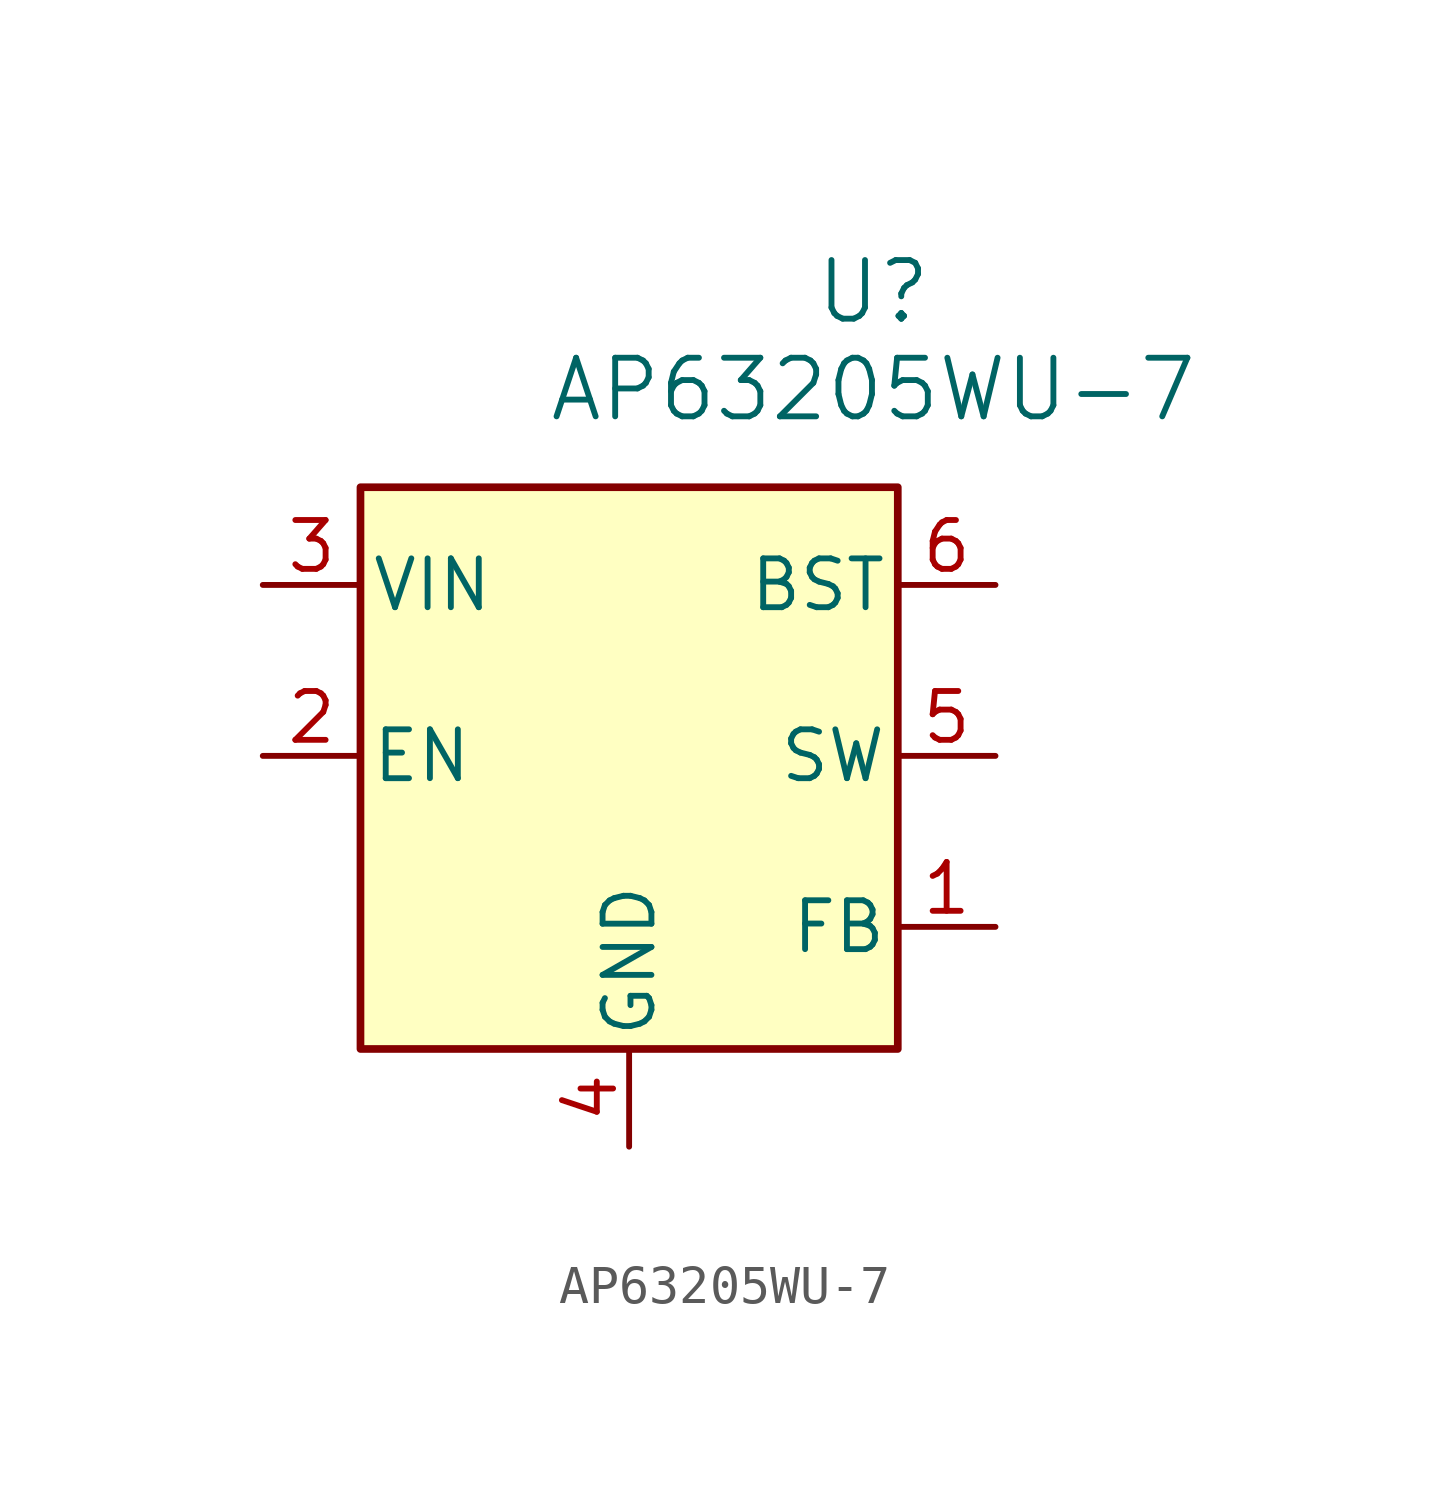
<source format=kicad_sym>
(kicad_symbol_lib
  (version 20220914)
  (generator kicad_symbol_editor)
  (symbol "AP63205WU-7"
    (pin_names
      (offset 0.254))
    (property "Reference" "U"
      (at 20.32 10.16 0)
      (effects (font (size 1.524 1.524))))
    (property "Value" "AP63205WU-7"
      (at 20.32 7.62 0)
      (effects (font (size 1.524 1.524))))
    (property "ki_locked" ""
      (at 0 0 0)
      (effects (font (size 1.27 1.27))))
    (symbol "AP63205WU-7_1_1"
      (rectangle (start 6.985 5.08) (end 20.955 -9.525) (stroke (width 0.2) (type default)) (fill (type background)))
      (pin input line (at 23.495 -6.35 180) (length 2.54) (name "FB" (effects (font (size 1.27 1.27)))) (number "1" (effects (font (size 1.27 1.27)))))
      (pin input line (at 4.445 -1.905 0) (length 2.54) (name "EN" (effects (font (size 1.27 1.27)))) (number "2" (effects (font (size 1.27 1.27)))))
      (pin power_in line (at 4.445 2.54 0) (length 2.54) (name "VIN" (effects (font (size 1.27 1.27)))) (number "3" (effects (font (size 1.27 1.27)))))
      (pin power_out line (at 13.97 -12.065 90) (length 2.54) (name "GND" (effects (font (size 1.27 1.27)))) (number "4" (effects (font (size 1.27 1.27)))))
      (pin output line (at 23.495 -1.905 180) (length 2.54) (name "SW" (effects (font (size 1.27 1.27)))) (number "5" (effects (font (size 1.27 1.27)))))
      (pin input line (at 23.495 2.54 180) (length 2.54) (name "BST" (effects (font (size 1.27 1.27)))) (number "6" (effects (font (size 1.27 1.27))))))))
</source>
